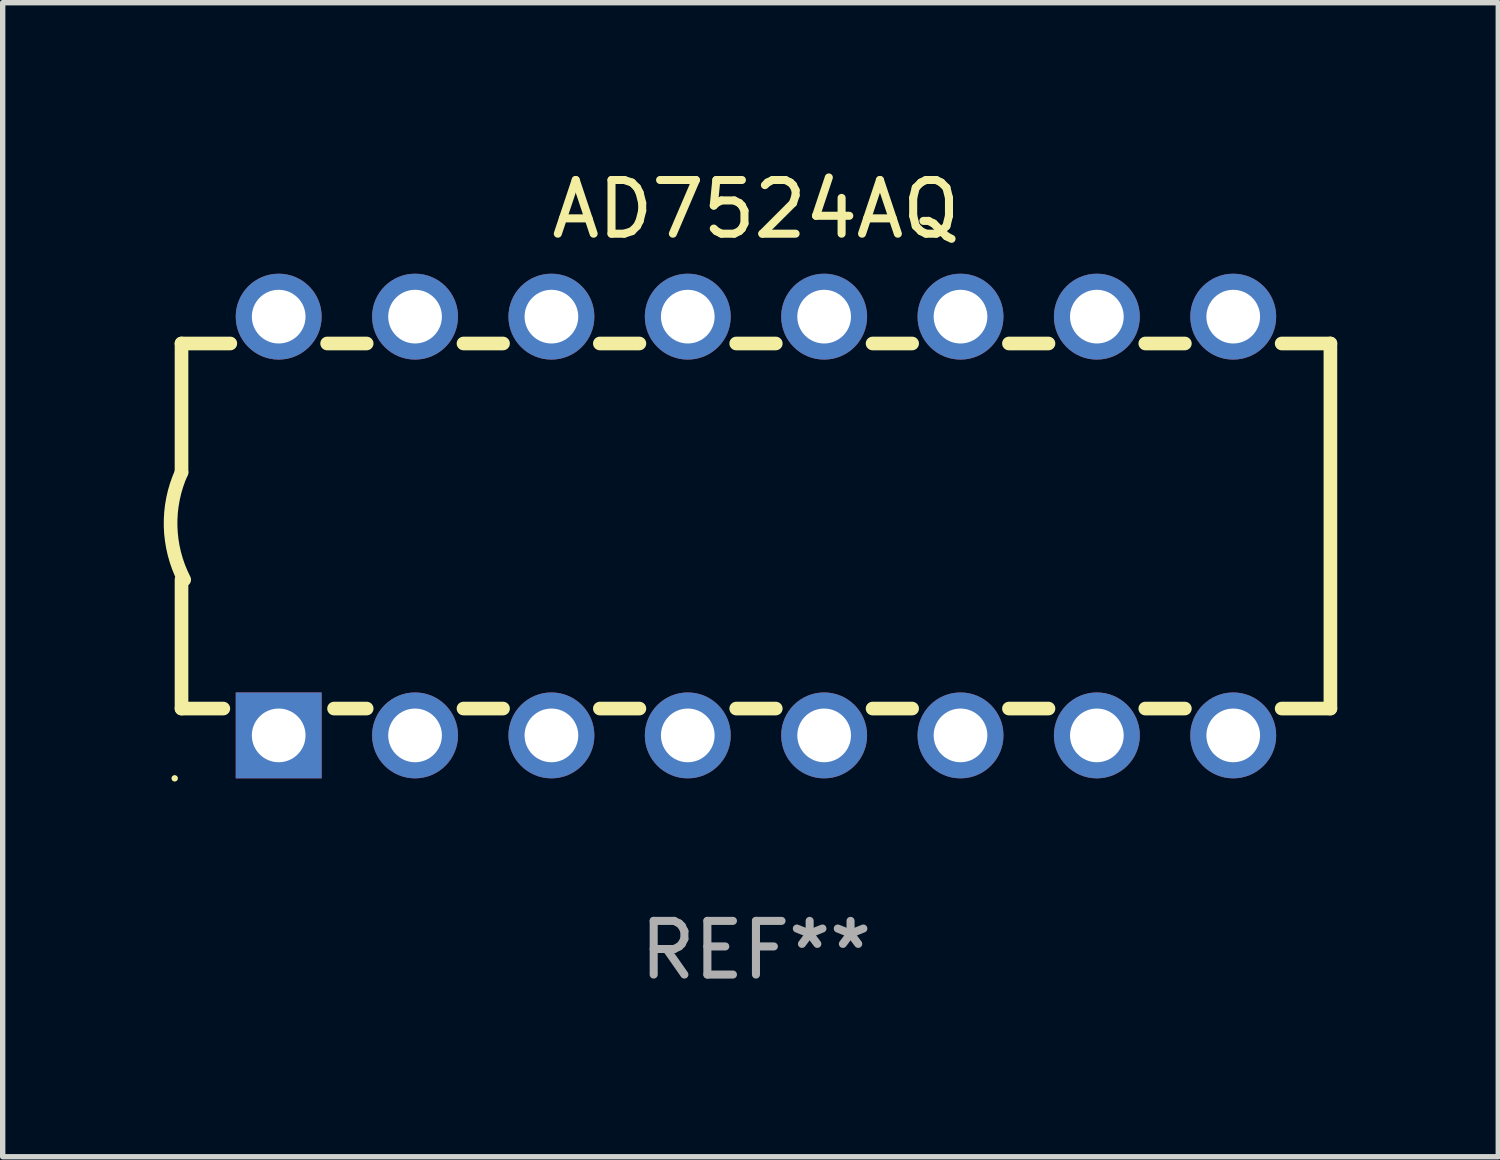
<source format=kicad_pcb>
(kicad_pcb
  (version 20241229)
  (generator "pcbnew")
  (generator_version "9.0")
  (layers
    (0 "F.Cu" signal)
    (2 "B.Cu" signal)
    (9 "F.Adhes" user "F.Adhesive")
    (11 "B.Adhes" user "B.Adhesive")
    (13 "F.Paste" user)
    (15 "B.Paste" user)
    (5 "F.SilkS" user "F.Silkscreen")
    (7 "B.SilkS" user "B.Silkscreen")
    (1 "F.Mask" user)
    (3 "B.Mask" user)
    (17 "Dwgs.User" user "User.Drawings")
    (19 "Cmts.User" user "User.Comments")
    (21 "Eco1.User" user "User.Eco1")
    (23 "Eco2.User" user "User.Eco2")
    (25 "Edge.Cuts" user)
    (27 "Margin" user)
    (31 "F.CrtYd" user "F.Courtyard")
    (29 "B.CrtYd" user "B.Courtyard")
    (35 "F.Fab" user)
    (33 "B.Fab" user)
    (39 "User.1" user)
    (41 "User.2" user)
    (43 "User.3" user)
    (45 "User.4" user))
  (footprint "AD7524AQ"
    (layer "F.Cu")
    (at 11.031 6.748)
    (property "Reference" "AD7524AQ" (at 0 -5.9 0) (layer "F.SilkS") (effects (font (size 1 1) (thickness 0.15))))
    (attr through_hole)
    (fp_line (start -10.7 -3.4) (end -9.791 -3.4) (stroke (width 0.254) (type solid)) (layer "F.SilkS"))
    (fp_line (start -10.7 -0.998) (end -10.7 -3.4) (stroke (width 0.254) (type solid)) (layer "F.SilkS"))
    (fp_line (start -10.7 3.4) (end -10.7 1) (stroke (width 0.254) (type solid)) (layer "F.SilkS"))
    (fp_line (start -10.7 3.4) (end -9.921 3.4) (stroke (width 0.254) (type solid)) (layer "F.SilkS"))
    (fp_line (start -7.988 -3.4) (end -7.251 -3.4) (stroke (width 0.254) (type solid)) (layer "F.SilkS"))
    (fp_line (start -7.859 3.4) (end -7.251 3.4) (stroke (width 0.254) (type solid)) (layer "F.SilkS"))
    (fp_line (start -5.448 -3.4) (end -4.711 -3.4) (stroke (width 0.254) (type solid)) (layer "F.SilkS"))
    (fp_line (start -5.448 3.4) (end -4.711 3.4) (stroke (width 0.254) (type solid)) (layer "F.SilkS"))
    (fp_line (start -2.908 -3.4) (end -2.171 -3.4) (stroke (width 0.254) (type solid)) (layer "F.SilkS"))
    (fp_line (start -2.908 3.4) (end -2.171 3.4) (stroke (width 0.254) (type solid)) (layer "F.SilkS"))
    (fp_line (start -0.368 -3.4) (end 0.369 -3.4) (stroke (width 0.254) (type solid)) (layer "F.SilkS"))
    (fp_line (start -0.368 3.4) (end 0.369 3.4) (stroke (width 0.254) (type solid)) (layer "F.SilkS"))
    (fp_line (start 2.172 -3.4) (end 2.909 -3.4) (stroke (width 0.254) (type solid)) (layer "F.SilkS"))
    (fp_line (start 2.172 3.4) (end 2.909 3.4) (stroke (width 0.254) (type solid)) (layer "F.SilkS"))
    (fp_line (start 4.712 -3.4) (end 5.449 -3.4) (stroke (width 0.254) (type solid)) (layer "F.SilkS"))
    (fp_line (start 4.712 3.4) (end 5.449 3.4) (stroke (width 0.254) (type solid)) (layer "F.SilkS"))
    (fp_line (start 7.252 -3.4) (end 7.989 -3.4) (stroke (width 0.254) (type solid)) (layer "F.SilkS"))
    (fp_line (start 7.252 3.4) (end 7.989 3.4) (stroke (width 0.254) (type solid)) (layer "F.SilkS"))
    (fp_line (start 9.792 -3.4) (end 10.7 -3.4) (stroke (width 0.254) (type solid)) (layer "F.SilkS"))
    (fp_line (start 9.792 3.4) (end 10.7 3.4) (stroke (width 0.254) (type solid)) (layer "F.SilkS"))
    (fp_line (start 10.7 3.4) (end 10.7 -3.4) (stroke (width 0.254) (type solid)) (layer "F.SilkS"))
    (fp_arc (start -10.649962 0.99995) (mid -10.90314 0.005668) (end -10.699975 -1.000025) (stroke (width 0.254001) (type solid)) (layer "F.SilkS"))
    (fp_circle (center -10.827 4.7) (end -10.797 4.7) (stroke (width 0.06) (type solid)) (fill no) (layer "F.SilkS"))
    (fp_text user "REF**" (at 0 7.9 0) (layer "F.Fab") (effects (font (size 1 1) (thickness 0.15))))
    (pad "1" thru_hole rect (at -8.89 3.9 90) (size 1.6 1.6) (drill 1) (layers "*.Cu" "*.Mask"))
    (pad "2" thru_hole circle (at -6.35 3.9) (size 1.6 1.6) (drill 1) (layers "*.Cu" "*.Mask"))
    (pad "3" thru_hole circle (at -3.81 3.9) (size 1.6 1.6) (drill 1) (layers "*.Cu" "*.Mask"))
    (pad "4" thru_hole circle (at -1.27 3.9) (size 1.6 1.6) (drill 1) (layers "*.Cu" "*.Mask"))
    (pad "5" thru_hole circle (at 1.27 3.9) (size 1.6 1.6) (drill 1) (layers "*.Cu" "*.Mask"))
    (pad "6" thru_hole circle (at 3.81 3.9) (size 1.6 1.6) (drill 1) (layers "*.Cu" "*.Mask"))
    (pad "7" thru_hole circle (at 6.35 3.9) (size 1.6 1.6) (drill 1) (layers "*.Cu" "*.Mask"))
    (pad "8" thru_hole circle (at 8.89 3.9) (size 1.6 1.6) (drill 1) (layers "*.Cu" "*.Mask"))
    (pad "9" thru_hole circle (at 8.89 -3.9) (size 1.6 1.6) (drill 1) (layers "*.Cu" "*.Mask"))
    (pad "10" thru_hole circle (at 6.35 -3.9) (size 1.6 1.6) (drill 1) (layers "*.Cu" "*.Mask"))
    (pad "11" thru_hole circle (at 3.81 -3.9) (size 1.6 1.6) (drill 1) (layers "*.Cu" "*.Mask"))
    (pad "12" thru_hole circle (at 1.27 -3.9) (size 1.6 1.6) (drill 1) (layers "*.Cu" "*.Mask"))
    (pad "13" thru_hole circle (at -1.27 -3.9) (size 1.6 1.6) (drill 1) (layers "*.Cu" "*.Mask"))
    (pad "14" thru_hole circle (at -3.81 -3.9) (size 1.6 1.6) (drill 1) (layers "*.Cu" "*.Mask"))
    (pad "15" thru_hole circle (at -6.35 -3.9) (size 1.6 1.6) (drill 1) (layers "*.Cu" "*.Mask"))
    (pad "16" thru_hole circle (at -8.89 -3.9) (size 1.6 1.6) (drill 1) (layers "*.Cu" "*.Mask")))
  (gr_rect
    (start -3 -3)
    (end 24.858 18.496)
    (stroke (width 0.1) (type default))
    (fill no)
    (layer "Edge.Cuts")))
</source>
